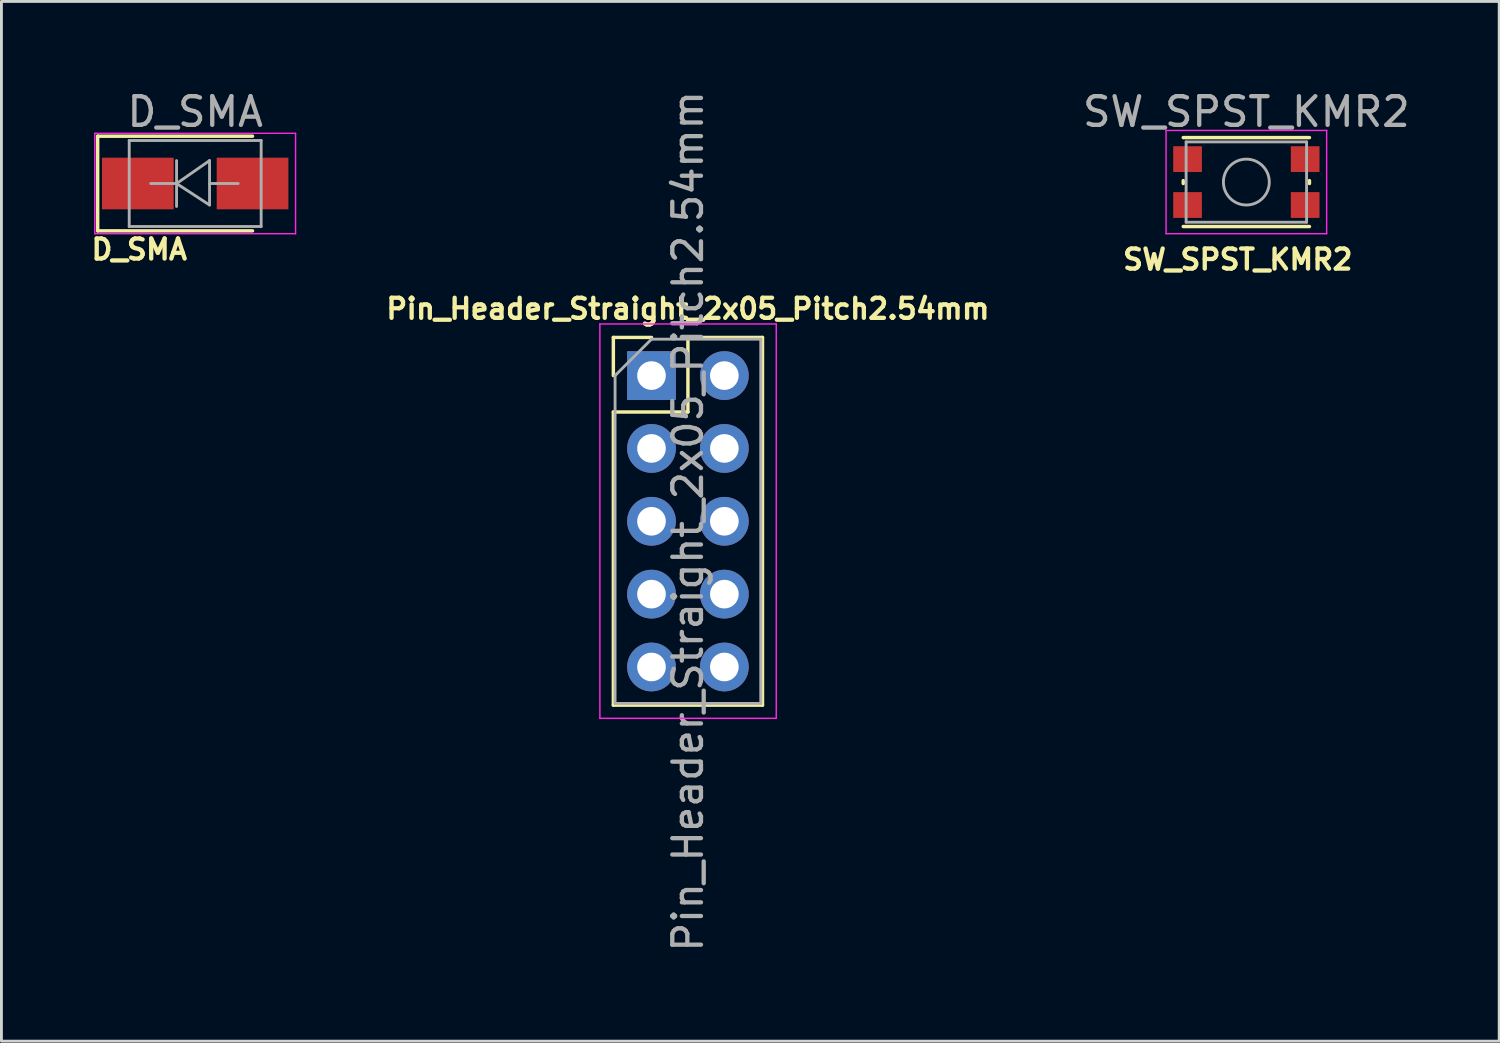
<source format=kicad_pcb>
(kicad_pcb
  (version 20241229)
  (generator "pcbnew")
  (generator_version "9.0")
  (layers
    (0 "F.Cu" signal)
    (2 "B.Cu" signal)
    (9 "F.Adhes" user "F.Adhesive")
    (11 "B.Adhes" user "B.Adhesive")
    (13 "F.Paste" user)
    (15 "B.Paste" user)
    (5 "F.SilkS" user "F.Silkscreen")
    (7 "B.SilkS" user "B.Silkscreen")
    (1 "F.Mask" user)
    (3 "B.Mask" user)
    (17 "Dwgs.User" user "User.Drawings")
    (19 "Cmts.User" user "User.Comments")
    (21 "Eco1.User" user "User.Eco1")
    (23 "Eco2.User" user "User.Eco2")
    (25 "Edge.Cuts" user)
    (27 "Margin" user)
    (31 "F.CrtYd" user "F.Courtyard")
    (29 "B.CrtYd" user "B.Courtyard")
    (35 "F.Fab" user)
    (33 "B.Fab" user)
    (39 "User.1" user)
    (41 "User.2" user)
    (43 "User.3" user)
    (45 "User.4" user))
  (footprint "D_SMA"
    (layer "F.Cu")
    (at 3.755 3.348)
    (property "Reference" "D_SMA" (at -1.95 2.3 0) (layer "F.SilkS") (effects (font (size 0.7 0.7) (thickness 0.15))))
    (attr smd)
    (fp_line (start -3.4 -1.65) (end -3.4 1.65) (stroke (width 0.12) (type solid)) (layer "F.SilkS"))
    (fp_line (start -3.4 -1.65) (end 2 -1.65) (stroke (width 0.12) (type solid)) (layer "F.SilkS"))
    (fp_line (start -3.4 1.65) (end 2 1.65) (stroke (width 0.12) (type solid)) (layer "F.SilkS"))
    (fp_line (start -3.5 -1.75) (end 3.5 -1.75) (stroke (width 0.05) (type solid)) (layer "F.CrtYd"))
    (fp_line (start -3.5 1.75) (end -3.5 -1.75) (stroke (width 0.05) (type solid)) (layer "F.CrtYd"))
    (fp_line (start 3.5 -1.75) (end 3.5 1.75) (stroke (width 0.05) (type solid)) (layer "F.CrtYd"))
    (fp_line (start 3.5 1.75) (end -3.5 1.75) (stroke (width 0.05) (type solid)) (layer "F.CrtYd"))
    (fp_line (start -2.3 1.5) (end -2.3 -1.5) (stroke (width 0.1) (type solid)) (layer "F.Fab"))
    (fp_line (start -0.649 -0.799) (end -0.649 0.801) (stroke (width 0.1) (type solid)) (layer "F.Fab"))
    (fp_line (start -0.649 0.001) (end -1.551 0.001) (stroke (width 0.1) (type solid)) (layer "F.Fab"))
    (fp_line (start -0.649 0.001) (end 0.501 -0.799) (stroke (width 0.1) (type solid)) (layer "F.Fab"))
    (fp_line (start -0.649 0.001) (end 0.501 0.75) (stroke (width 0.1) (type solid)) (layer "F.Fab"))
    (fp_line (start 0.501 0.001) (end 1.499 0.001) (stroke (width 0.1) (type solid)) (layer "F.Fab"))
    (fp_line (start 0.501 0.75) (end 0.501 -0.799) (stroke (width 0.1) (type solid)) (layer "F.Fab"))
    (fp_line (start 2.3 -1.5) (end -2.3 -1.5) (stroke (width 0.1) (type solid)) (layer "F.Fab"))
    (fp_line (start 2.3 -1.5) (end 2.3 1.5) (stroke (width 0.1) (type solid)) (layer "F.Fab"))
    (fp_line (start 2.3 1.5) (end -2.3 1.5) (stroke (width 0.1) (type solid)) (layer "F.Fab"))
    (fp_text user "${REFERENCE}" (at 0 -2.5 0) (layer "F.Fab") (effects (font (size 1 1) (thickness 0.15))))
    (pad "1" smd rect (at -2 0) (size 2.5 1.8) (layers "F.Cu" "F.Mask" "F.Paste"))
    (pad "2" smd rect (at 2 0) (size 2.5 1.8) (layers "F.Cu" "F.Mask" "F.Paste")))
  (footprint "Pin_Header_Straight_2x05_Pitch2.54mm"
    (layer "F.Cu")
    (at 19.665 10.045)
    (property "Reference" "Pin_Header_Straight_2x05_Pitch2.54mm" (at 1.27 -2.33 0) (layer "F.SilkS") (effects (font (size 0.7 0.7) (thickness 0.15))))
    (attr through_hole)
    (fp_line (start -1.33 -1.33) (end 0 -1.33) (stroke (width 0.12) (type solid)) (layer "F.SilkS"))
    (fp_line (start -1.33 0) (end -1.33 -1.33) (stroke (width 0.12) (type solid)) (layer "F.SilkS"))
    (fp_line (start -1.33 1.27) (end -1.33 11.49) (stroke (width 0.12) (type solid)) (layer "F.SilkS"))
    (fp_line (start -1.33 1.27) (end 1.27 1.27) (stroke (width 0.12) (type solid)) (layer "F.SilkS"))
    (fp_line (start -1.33 11.49) (end 3.87 11.49) (stroke (width 0.12) (type solid)) (layer "F.SilkS"))
    (fp_line (start 1.27 -1.33) (end 3.87 -1.33) (stroke (width 0.12) (type solid)) (layer "F.SilkS"))
    (fp_line (start 1.27 1.27) (end 1.27 -1.33) (stroke (width 0.12) (type solid)) (layer "F.SilkS"))
    (fp_line (start 3.87 -1.33) (end 3.87 11.49) (stroke (width 0.12) (type solid)) (layer "F.SilkS"))
    (fp_line (start -1.8 -1.8) (end -1.8 11.95) (stroke (width 0.05) (type solid)) (layer "F.CrtYd"))
    (fp_line (start -1.8 11.95) (end 4.35 11.95) (stroke (width 0.05) (type solid)) (layer "F.CrtYd"))
    (fp_line (start 4.35 -1.8) (end -1.8 -1.8) (stroke (width 0.05) (type solid)) (layer "F.CrtYd"))
    (fp_line (start 4.35 11.95) (end 4.35 -1.8) (stroke (width 0.05) (type solid)) (layer "F.CrtYd"))
    (fp_line (start -1.27 0) (end 0 -1.27) (stroke (width 0.1) (type solid)) (layer "F.Fab"))
    (fp_line (start -1.27 11.43) (end -1.27 0) (stroke (width 0.1) (type solid)) (layer "F.Fab"))
    (fp_line (start 0 -1.27) (end 3.81 -1.27) (stroke (width 0.1) (type solid)) (layer "F.Fab"))
    (fp_line (start 3.81 -1.27) (end 3.81 11.43) (stroke (width 0.1) (type solid)) (layer "F.Fab"))
    (fp_line (start 3.81 11.43) (end -1.27 11.43) (stroke (width 0.1) (type solid)) (layer "F.Fab"))
    (fp_text user "${REFERENCE}" (at 1.27 5.08 90) (layer "F.Fab") (effects (font (size 1 1) (thickness 0.15))))
    (pad "1" thru_hole rect (at 0 0) (size 1.7 1.7) (drill 1) (layers "*.Cu" "*.Mask"))
    (pad "2" thru_hole oval (at 2.54 0) (size 1.7 1.7) (drill 1) (layers "*.Cu" "*.Mask"))
    (pad "3" thru_hole oval (at 0 2.54) (size 1.7 1.7) (drill 1) (layers "*.Cu" "*.Mask"))
    (pad "4" thru_hole oval (at 2.54 2.54) (size 1.7 1.7) (drill 1) (layers "*.Cu" "*.Mask"))
    (pad "5" thru_hole oval (at 0 5.08) (size 1.7 1.7) (drill 1) (layers "*.Cu" "*.Mask"))
    (pad "6" thru_hole oval (at 2.54 5.08) (size 1.7 1.7) (drill 1) (layers "*.Cu" "*.Mask"))
    (pad "7" thru_hole oval (at 0 7.62) (size 1.7 1.7) (drill 1) (layers "*.Cu" "*.Mask"))
    (pad "8" thru_hole oval (at 2.54 7.62) (size 1.7 1.7) (drill 1) (layers "*.Cu" "*.Mask"))
    (pad "9" thru_hole oval (at 0 10.16) (size 1.7 1.7) (drill 1) (layers "*.Cu" "*.Mask"))
    (pad "10" thru_hole oval (at 2.54 10.16) (size 1.7 1.7) (drill 1) (layers "*.Cu" "*.Mask")))
  (footprint "SW_SPST_KMR2"
    (layer "F.Cu")
    (at 40.405 3.298)
    (property "Reference" "SW_SPST_KMR2" (at -0.3 2.7 0) (layer "F.SilkS") (effects (font (size 0.7 0.7) (thickness 0.15))))
    (attr smd)
    (fp_line (start -2.2 0.05) (end -2.2 -0.05) (stroke (width 0.12) (type solid)) (layer "F.SilkS"))
    (fp_line (start -2.2 1.55) (end 2.2 1.55) (stroke (width 0.12) (type solid)) (layer "F.SilkS"))
    (fp_line (start 2.2 -1.55) (end -2.2 -1.55) (stroke (width 0.12) (type solid)) (layer "F.SilkS"))
    (fp_line (start 2.2 0.05) (end 2.2 -0.05) (stroke (width 0.12) (type solid)) (layer "F.SilkS"))
    (fp_line (start -2.8 -1.8) (end 2.8 -1.8) (stroke (width 0.05) (type solid)) (layer "F.CrtYd"))
    (fp_line (start -2.8 1.8) (end -2.8 -1.8) (stroke (width 0.05) (type solid)) (layer "F.CrtYd"))
    (fp_line (start 2.8 -1.8) (end 2.8 1.8) (stroke (width 0.05) (type solid)) (layer "F.CrtYd"))
    (fp_line (start 2.8 1.8) (end -2.8 1.8) (stroke (width 0.05) (type solid)) (layer "F.CrtYd"))
    (fp_line (start -2.1 -1.4) (end 2.1 -1.4) (stroke (width 0.1) (type solid)) (layer "F.Fab"))
    (fp_line (start -2.1 1.4) (end -2.1 -1.4) (stroke (width 0.1) (type solid)) (layer "F.Fab"))
    (fp_line (start 2.1 -1.4) (end 2.1 1.4) (stroke (width 0.1) (type solid)) (layer "F.Fab"))
    (fp_line (start 2.1 1.4) (end -2.1 1.4) (stroke (width 0.1) (type solid)) (layer "F.Fab"))
    (fp_circle (center 0 0) (end 0 0.8) (stroke (width 0.1) (type solid)) (fill no) (layer "F.Fab"))
    (fp_text user "${REFERENCE}" (at 0 -2.45 0) (layer "F.Fab") (effects (font (size 1 1) (thickness 0.15))))
    (pad "1" smd rect (at -2.05 -0.8 90) (size 0.9 1) (layers "F.Cu" "F.Mask" "F.Paste"))
    (pad "1" smd rect (at 2.05 -0.8 90) (size 0.9 1) (layers "F.Cu" "F.Mask" "F.Paste"))
    (pad "2" smd rect (at -2.05 0.8 90) (size 0.9 1) (layers "F.Cu" "F.Mask" "F.Paste"))
    (pad "2" smd rect (at 2.05 0.8 90) (size 0.9 1) (layers "F.Cu" "F.Mask" "F.Paste")))
  (gr_rect
    (start -3 -3)
    (end 49.221 33.25)
    (stroke (width 0.1) (type default))
    (fill no)
    (layer "Edge.Cuts")))
</source>
